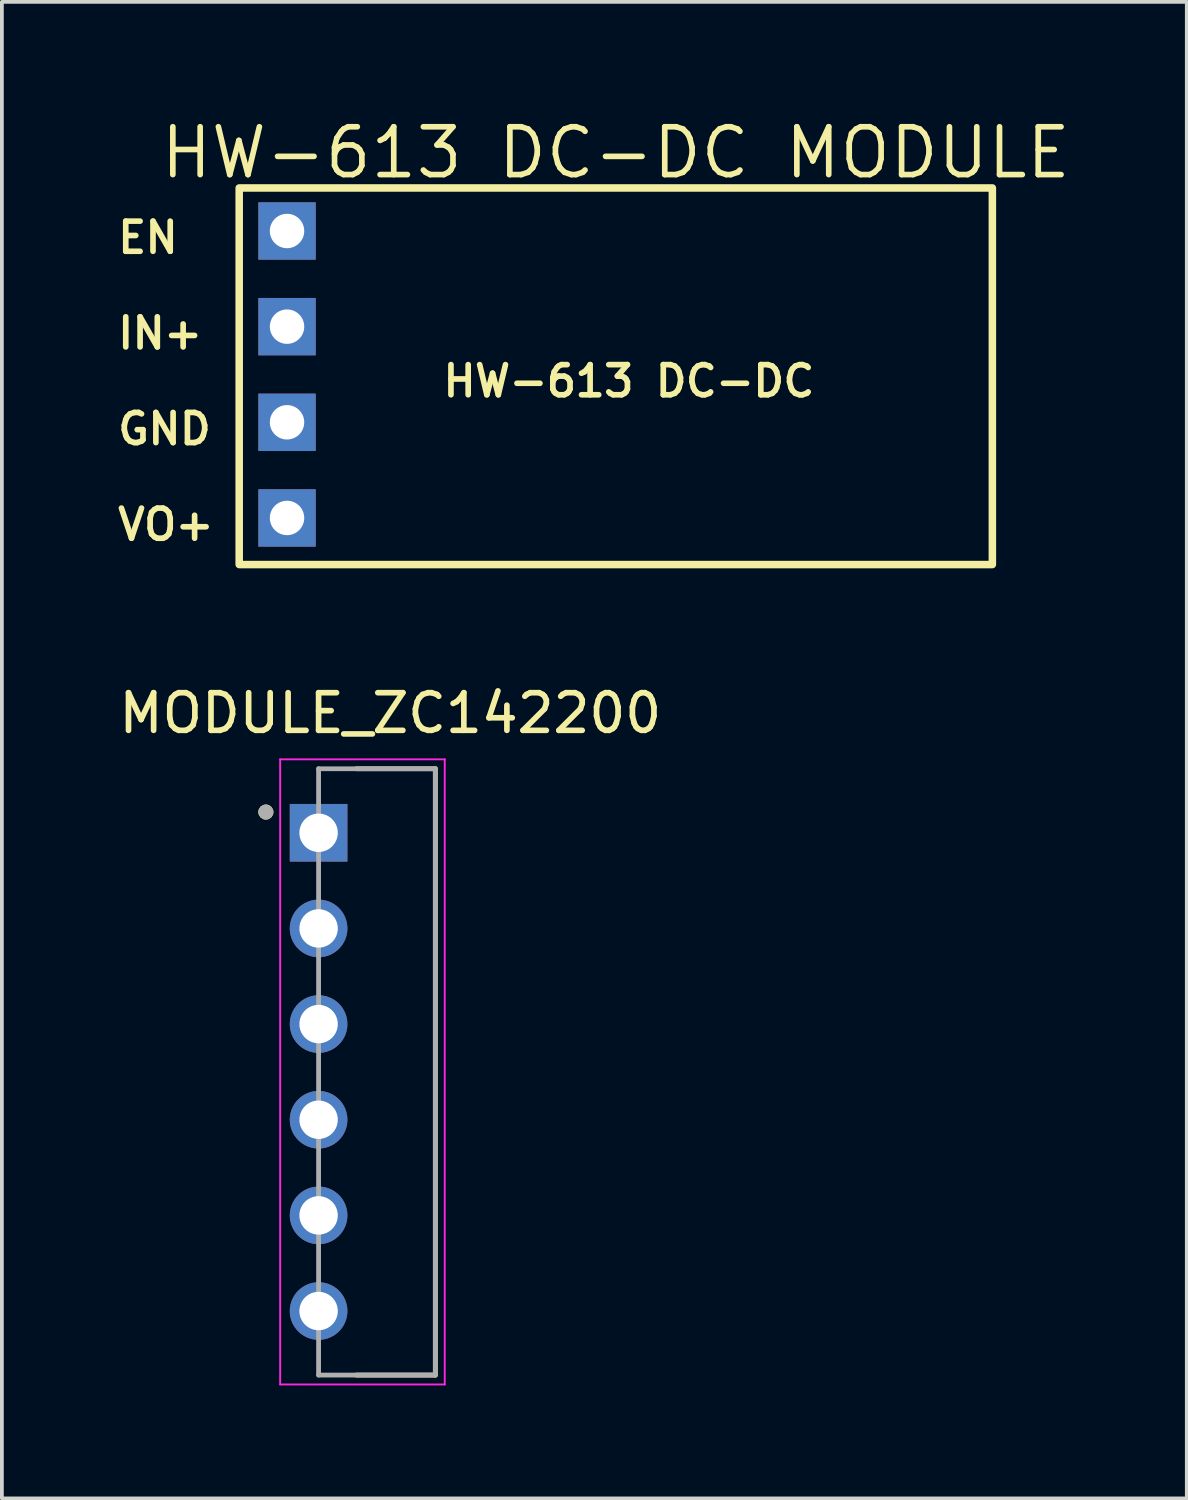
<source format=kicad_pcb>
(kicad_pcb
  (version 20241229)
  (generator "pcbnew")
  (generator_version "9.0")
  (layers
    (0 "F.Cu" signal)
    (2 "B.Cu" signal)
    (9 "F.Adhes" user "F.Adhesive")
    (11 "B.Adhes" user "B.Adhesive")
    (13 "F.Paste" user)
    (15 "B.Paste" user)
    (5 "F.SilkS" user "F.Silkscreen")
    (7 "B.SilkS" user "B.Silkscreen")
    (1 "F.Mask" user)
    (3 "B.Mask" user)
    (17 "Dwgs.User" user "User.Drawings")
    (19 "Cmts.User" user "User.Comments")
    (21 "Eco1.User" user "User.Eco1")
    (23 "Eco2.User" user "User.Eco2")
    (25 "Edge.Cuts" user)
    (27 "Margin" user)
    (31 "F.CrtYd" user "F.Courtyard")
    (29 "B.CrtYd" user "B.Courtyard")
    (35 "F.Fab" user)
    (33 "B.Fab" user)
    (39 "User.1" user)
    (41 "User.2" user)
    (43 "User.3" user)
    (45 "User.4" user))
  (footprint "MODULE_ZC142200"
    (layer "F.Cu")
    (at 5.41 25.414)
    (property "Reference" "MODULE_ZC142200" (at 1.905 -9.525 0) (layer "F.SilkS") (effects (font (size 1 1) (thickness 0.15))))
    (attr through_hole)
    (fp_line (start 1 -8.05) (end 3.1 -8.05) (stroke (width 0.127) (type solid)) (layer "F.SilkS"))
    (fp_line (start 3.1 -8.05) (end 3.1 8.05) (stroke (width 0.127) (type solid)) (layer "F.SilkS"))
    (fp_line (start 3.1 8.05) (end 1 8.05) (stroke (width 0.127) (type solid)) (layer "F.SilkS"))
    (fp_circle (center -1.4 -6.9) (end -1.3 -6.9) (stroke (width 0.2) (type solid)) (fill no) (layer "F.SilkS"))
    (fp_line (start -1.02 -8.3) (end 3.35 -8.3) (stroke (width 0.05) (type solid)) (layer "F.CrtYd"))
    (fp_line (start -1.02 8.3) (end -1.02 -8.3) (stroke (width 0.05) (type solid)) (layer "F.CrtYd"))
    (fp_line (start 3.35 -8.3) (end 3.35 8.3) (stroke (width 0.05) (type solid)) (layer "F.CrtYd"))
    (fp_line (start 3.35 8.3) (end -1.02 8.3) (stroke (width 0.05) (type solid)) (layer "F.CrtYd"))
    (fp_line (start 0 -8.05) (end 0 8.05) (stroke (width 0.127) (type solid)) (layer "F.Fab"))
    (fp_line (start 0 8.05) (end 3.1 8.05) (stroke (width 0.127) (type solid)) (layer "F.Fab"))
    (fp_line (start 3.1 -8.05) (end 0 -8.05) (stroke (width 0.127) (type solid)) (layer "F.Fab"))
    (fp_line (start 3.1 8.05) (end 3.1 -8.05) (stroke (width 0.127) (type solid)) (layer "F.Fab"))
    (fp_circle (center -1.4 -6.9) (end -1.3 -6.9) (stroke (width 0.2) (type solid)) (fill no) (layer "F.Fab"))
    (pad "1" thru_hole rect (at 0 -6.35) (size 1.53 1.53) (drill 1.02) (layers "*.Cu" "*.Mask"))
    (pad "2" thru_hole circle (at 0 -3.81) (size 1.53 1.53) (drill 1.02) (layers "*.Cu" "*.Mask"))
    (pad "3" thru_hole circle (at 0 -1.27) (size 1.53 1.53) (drill 1.02) (layers "*.Cu" "*.Mask"))
    (pad "4" thru_hole circle (at 0 1.27) (size 1.53 1.53) (drill 1.02) (layers "*.Cu" "*.Mask"))
    (pad "5" thru_hole circle (at 0 3.81) (size 1.53 1.53) (drill 1.02) (layers "*.Cu" "*.Mask"))
    (pad "6" thru_hole circle (at 0 6.35) (size 1.53 1.53) (drill 1.02) (layers "*.Cu" "*.Mask")))
  (footprint "HW-613 DC-DC MODULE"
    (layer "F.Cu")
    (at 4.572 3.084)
    (property "Reference" "HW-613 DC-DC MODULE" (at 8.73 -2.078 0) (layer "F.SilkS") (effects (font (size 1.27 1.27) (thickness 0.15))))
    (fp_rect (start -1.27 -1.143) (end 18.73 8.857) (stroke (width 0.2) (type default)) (fill no) (layer "F.SilkS"))
    (fp_text user "IN+" (at -4.572 2.248 0) (unlocked yes) (layer "F.SilkS") (effects (font (size 0.8 0.8) (thickness 0.15)) (justify left top)))
    (fp_text user "VO+" (at -4.572 7.328 0) (unlocked yes) (layer "F.SilkS") (effects (font (size 0.8 0.8) (thickness 0.15)) (justify left top)))
    (fp_text user "HW-613 DC-DC" (at 4.064 3.518 0) (unlocked yes) (layer "F.SilkS") (effects (font (size 0.8 0.8) (thickness 0.15)) (justify left top)))
    (fp_text user "EN" (at -4.572 -0.292 0) (unlocked yes) (layer "F.SilkS") (effects (font (size 0.8 0.8) (thickness 0.15)) (justify left top)))
    (fp_text user "GND" (at -4.572 4.788 0) (unlocked yes) (layer "F.SilkS") (effects (font (size 0.8 0.8) (thickness 0.15)) (justify left top)))
    (pad "1" thru_hole rect (at 0 0) (size 1.524 1.524) (drill 0.914) (layers "*.Cu" "*.Mask"))
    (pad "2" thru_hole rect (at 0 2.54) (size 1.524 1.524) (drill 0.914) (layers "*.Cu" "*.Mask"))
    (pad "3" thru_hole rect (at 0 5.08) (size 1.524 1.524) (drill 0.914) (layers "*.Cu" "*.Mask"))
    (pad "4" thru_hole rect (at 0 7.62) (size 1.524 1.524) (drill 0.914) (layers "*.Cu" "*.Mask")))
  (gr_rect
    (start -3 -3)
    (end 28.465 36.739)
    (stroke (width 0.1) (type default))
    (fill no)
    (layer "Edge.Cuts")))
</source>
